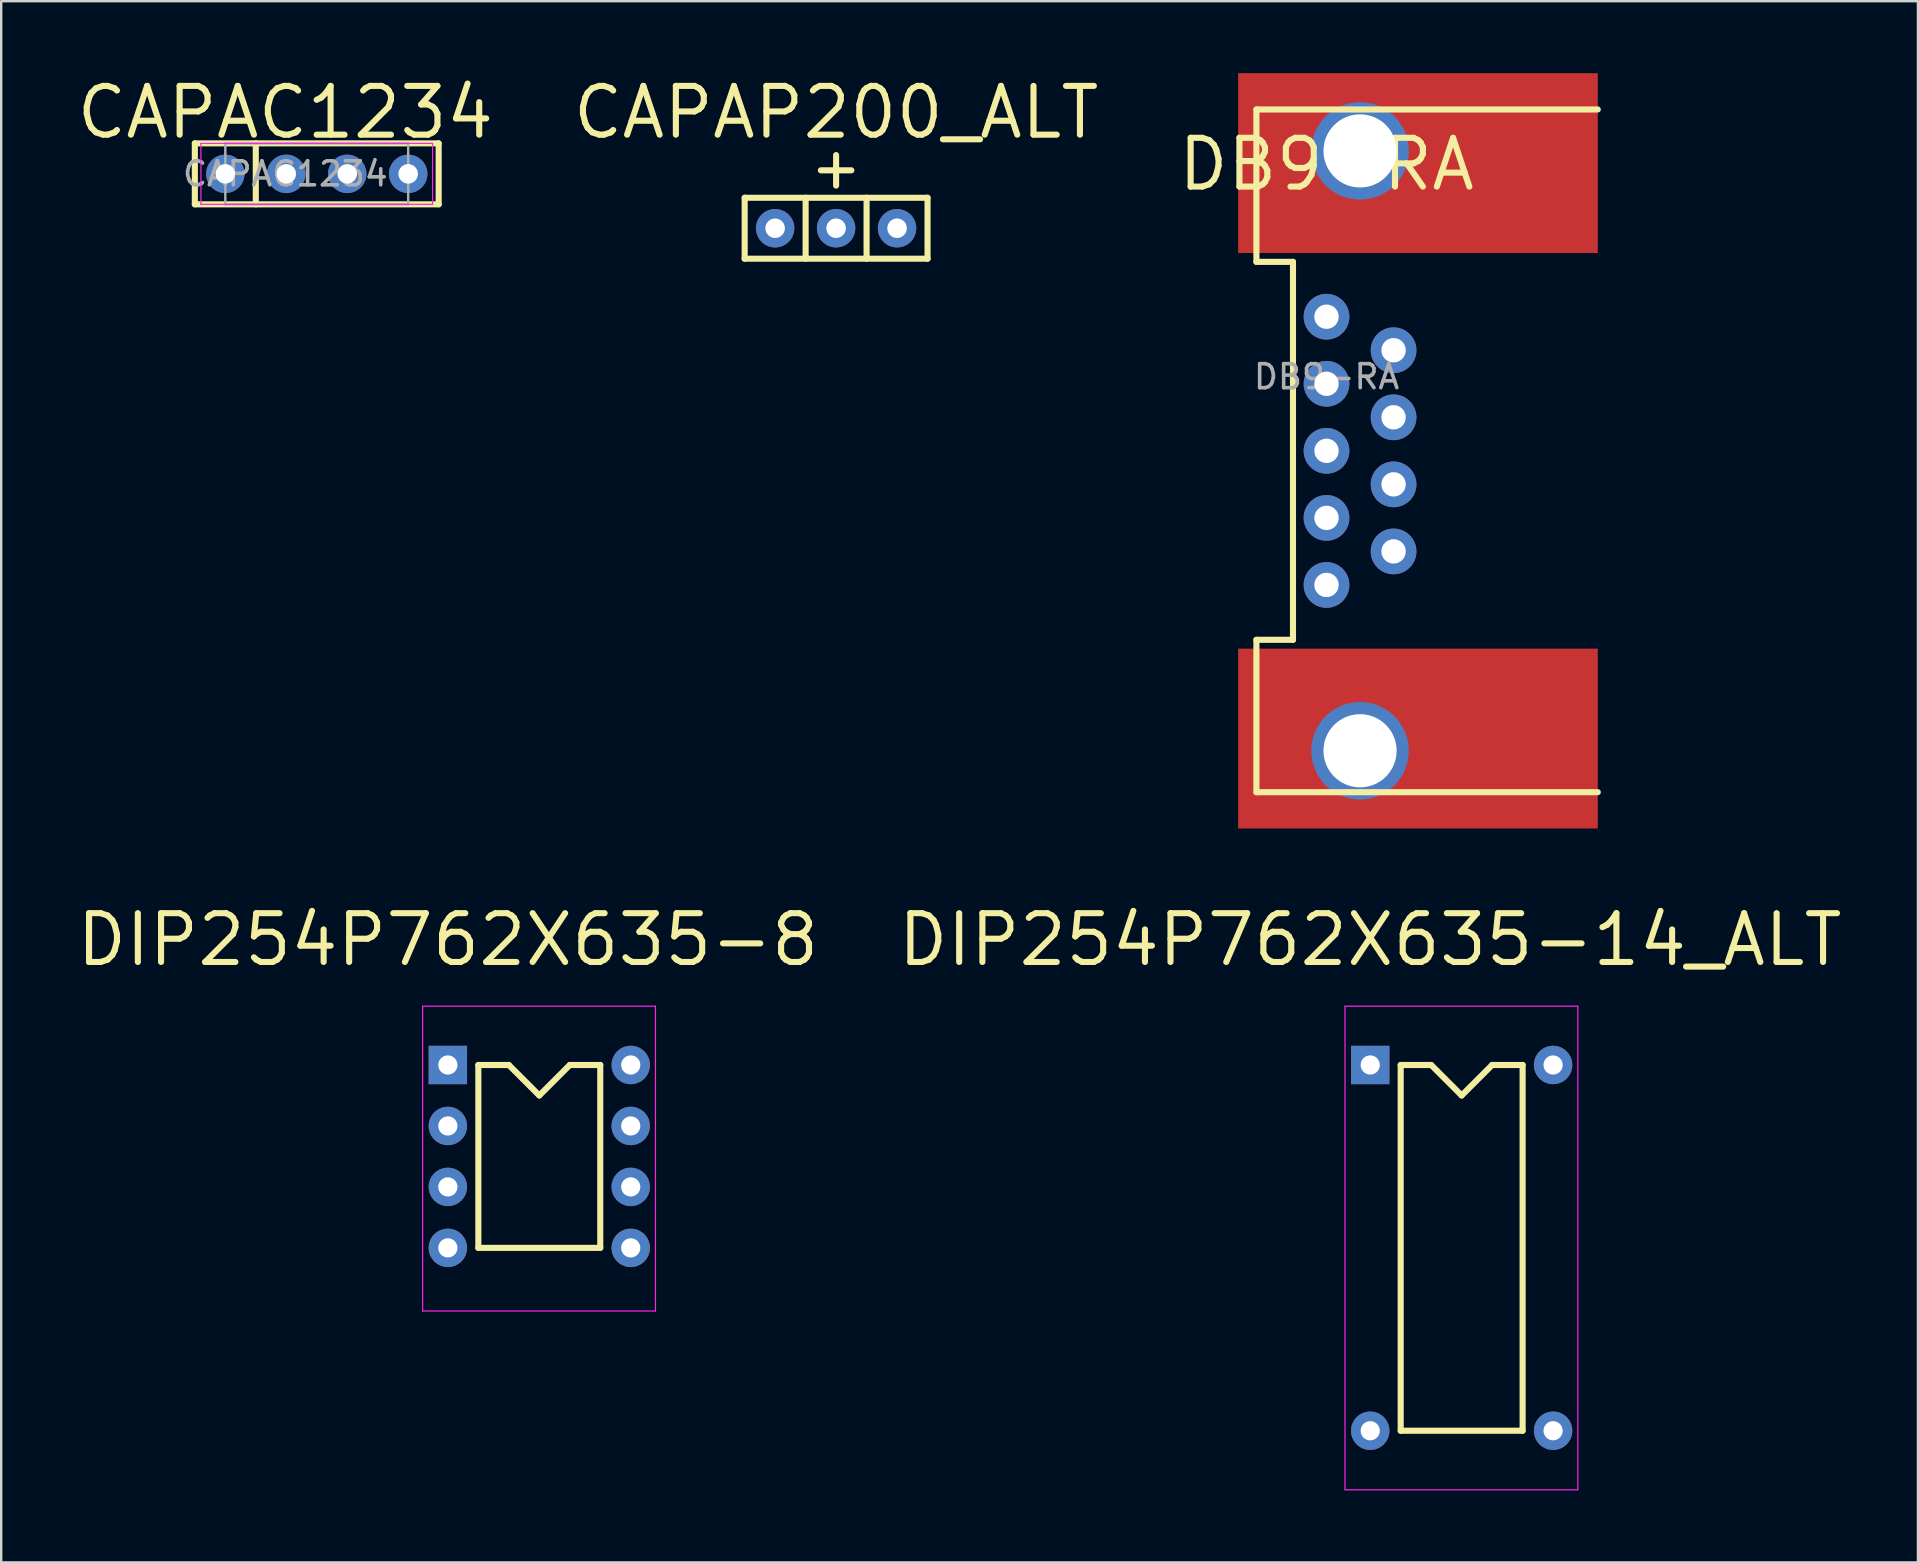
<source format=kicad_pcb>
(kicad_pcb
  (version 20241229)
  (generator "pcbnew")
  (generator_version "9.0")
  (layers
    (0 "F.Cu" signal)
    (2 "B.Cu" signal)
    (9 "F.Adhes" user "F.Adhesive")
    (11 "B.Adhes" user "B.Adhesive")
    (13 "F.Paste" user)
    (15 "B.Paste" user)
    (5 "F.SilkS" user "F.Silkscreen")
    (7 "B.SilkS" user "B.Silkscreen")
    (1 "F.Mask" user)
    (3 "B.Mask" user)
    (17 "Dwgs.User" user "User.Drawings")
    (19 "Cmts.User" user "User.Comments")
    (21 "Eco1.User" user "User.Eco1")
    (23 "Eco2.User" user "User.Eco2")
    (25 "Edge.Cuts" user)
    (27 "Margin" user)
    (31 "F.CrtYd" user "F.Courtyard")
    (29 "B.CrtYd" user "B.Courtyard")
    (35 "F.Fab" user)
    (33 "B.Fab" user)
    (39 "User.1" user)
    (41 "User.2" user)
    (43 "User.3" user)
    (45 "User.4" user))
  (footprint "CAPAP200_ALT"
    (layer "F.Cu")
    (at 31.788 6.46)
    (property "Reference" "CAPAP200_ALT" (at 0 -4.826 0) (unlocked yes) (layer "F.SilkS") (effects (font (size 2.032 2.032) (thickness 0.254))))
    (attr through_hole)
    (fp_line (start -3.81 -1.27) (end 3.81 -1.27) (stroke (width 0.254) (type default)) (layer "F.SilkS"))
    (fp_line (start -3.81 1.27) (end -3.81 -1.27) (stroke (width 0.254) (type default)) (layer "F.SilkS"))
    (fp_line (start -1.27 1.27) (end -1.27 -1.27) (stroke (width 0.254) (type default)) (layer "F.SilkS"))
    (fp_line (start -0.635 -2.413) (end 0.635 -2.413) (stroke (width 0.254) (type solid)) (layer "F.SilkS"))
    (fp_line (start 0 -3.048) (end 0 -1.778) (stroke (width 0.254) (type solid)) (layer "F.SilkS"))
    (fp_line (start 1.27 1.27) (end 1.27 -1.27) (stroke (width 0.254) (type default)) (layer "F.SilkS"))
    (fp_line (start 3.81 -1.27) (end 3.81 1.27) (stroke (width 0.254) (type default)) (layer "F.SilkS"))
    (fp_line (start 3.81 1.27) (end -3.81 1.27) (stroke (width 0.254) (type default)) (layer "F.SilkS"))
    (pad "1" thru_hole circle (at 0 0) (size 1.6 1.6) (drill 0.813) (layers "*.Cu" "*.Mask"))
    (pad "2" thru_hole circle (at -2.54 0) (size 1.6 1.6) (drill 0.813) (layers "*.Cu" "*.Mask"))
    (pad "2" thru_hole circle (at 2.54 0) (size 1.6 1.6) (drill 0.813) (layers "*.Cu" "*.Mask")))
  (footprint "DB9-RA"
    (layer "F.Cu")
    (at 53.619 15.735)
    (property "Reference" "DB9-RA" (at -1.397 -11.938 0) (unlocked yes) (layer "F.SilkS") (effects (font (size 2.032 2.032) (thickness 0.254))))
    (attr through_hole)
    (fp_line (start -4.318 -7.874) (end -4.318 -14.224) (stroke (width 0.254) (type default)) (layer "F.SilkS"))
    (fp_line (start -4.318 7.874) (end -4.318 14.224) (stroke (width 0.254) (type default)) (layer "F.SilkS"))
    (fp_line (start -4.318 14.224) (end 9.906 14.224) (stroke (width 0.254) (type default)) (layer "F.SilkS"))
    (fp_line (start -2.794 -7.874) (end -4.318 -7.874) (stroke (width 0.254) (type default)) (layer "F.SilkS"))
    (fp_line (start -2.794 -7.874) (end -2.794 7.874) (stroke (width 0.254) (type default)) (layer "F.SilkS"))
    (fp_line (start -2.794 7.874) (end -4.318 7.874) (stroke (width 0.254) (type default)) (layer "F.SilkS"))
    (fp_line (start 9.906 -14.224) (end -4.318 -14.224) (stroke (width 0.254) (type default)) (layer "F.SilkS"))
    (fp_text user "${REFERENCE}" (at -1.397 -3.088 0) (unlocked yes) (layer "F.Fab") (effects (font (size 1 1) (thickness 0.15))))
    (pad "0" thru_hole circle (at 0 -12.497) (size 4.064 4.064) (drill 3.048) (layers "*.Cu" "*.Mask"))
    (pad "0" smd rect (at 0 -12.497) (size 14.986 7.493) (drill (offset 2.413 0.508)) (layers "F.Cu" "F.Mask" "F.Paste"))
    (pad "0" thru_hole circle (at 0 12.497) (size 4.064 4.064) (drill 3.048) (layers "*.Cu" "*.Mask"))
    (pad "0" smd rect (at 0 12.497) (size 14.986 7.493) (drill (offset 2.413 -0.508)) (layers "F.Cu" "F.Mask" "F.Paste"))
    (pad "1" thru_hole circle (at -1.397 -5.588) (size 1.905 1.905) (drill 1.016) (layers "*.Cu" "*.Mask"))
    (pad "2" thru_hole circle (at -1.397 -2.794) (size 1.905 1.905) (drill 1.016) (layers "*.Cu" "*.Mask"))
    (pad "3" thru_hole circle (at -1.397 0) (size 1.905 1.905) (drill 1.016) (layers "*.Cu" "*.Mask"))
    (pad "4" thru_hole circle (at -1.397 2.794) (size 1.905 1.905) (drill 1.016) (layers "*.Cu" "*.Mask"))
    (pad "5" thru_hole circle (at -1.397 5.588) (size 1.905 1.905) (drill 1.016) (layers "*.Cu" "*.Mask"))
    (pad "6" thru_hole circle (at 1.397 -4.191) (size 1.905 1.905) (drill 1.016) (layers "*.Cu" "*.Mask"))
    (pad "7" thru_hole circle (at 1.397 -1.397) (size 1.905 1.905) (drill 1.016) (layers "*.Cu" "*.Mask"))
    (pad "8" thru_hole circle (at 1.397 1.397) (size 1.905 1.905) (drill 1.016) (layers "*.Cu" "*.Mask"))
    (pad "9" thru_hole circle (at 1.397 4.191) (size 1.905 1.905) (drill 1.016) (layers "*.Cu" "*.Mask")))
  (footprint "DIP254P762X635-8"
    (layer "F.Cu")
    (at 15.611 41.325)
    (property "Reference" "DIP254P762X635-8" (at 0 -5.22 0) (unlocked yes) (layer "F.SilkS") (effects (font (size 2.032 2.032) (thickness 0.254))))
    (attr through_hole)
    (fp_line (start 1.27 0) (end 1.27 7.62) (stroke (width 0.254) (type solid)) (layer "F.SilkS"))
    (fp_line (start 1.27 0) (end 2.54 0) (stroke (width 0.254) (type default)) (layer "F.SilkS"))
    (fp_line (start 1.27 7.62) (end 6.35 7.62) (stroke (width 0.254) (type default)) (layer "F.SilkS"))
    (fp_line (start 2.54 0) (end 3.81 1.27) (stroke (width 0.254) (type default)) (layer "F.SilkS"))
    (fp_line (start 3.81 1.27) (end 5.08 0) (stroke (width 0.254) (type default)) (layer "F.SilkS"))
    (fp_line (start 5.08 0) (end 6.35 0) (stroke (width 0.254) (type default)) (layer "F.SilkS"))
    (fp_line (start 6.35 0) (end 6.35 7.62) (stroke (width 0.254) (type default)) (layer "F.SilkS"))
    (fp_line (start -1.05 -2.45) (end -1.05 10.25) (stroke (width 0.05) (type solid)) (layer "F.CrtYd"))
    (fp_line (start -1.05 -2.45) (end 8.65 -2.45) (stroke (width 0.05) (type solid)) (layer "F.CrtYd"))
    (fp_line (start -1.05 10.25) (end 8.65 10.25) (stroke (width 0.05) (type solid)) (layer "F.CrtYd"))
    (fp_line (start 8.65 -2.45) (end 8.65 10.25) (stroke (width 0.05) (type solid)) (layer "F.CrtYd"))
    (pad "1" thru_hole rect (at 0 0) (size 1.6 1.6) (drill 0.8) (layers "*.Cu" "*.Mask"))
    (pad "2" thru_hole oval (at 0 2.54) (size 1.6 1.6) (drill 0.8) (layers "*.Cu" "*.Mask"))
    (pad "3" thru_hole oval (at 0 5.08) (size 1.6 1.6) (drill 0.8) (layers "*.Cu" "*.Mask"))
    (pad "4" thru_hole oval (at 0 7.62) (size 1.6 1.6) (drill 0.8) (layers "*.Cu" "*.Mask"))
    (pad "5" thru_hole oval (at 7.62 7.62) (size 1.6 1.6) (drill 0.8) (layers "*.Cu" "*.Mask"))
    (pad "6" thru_hole oval (at 7.62 5.08) (size 1.6 1.6) (drill 0.8) (layers "*.Cu" "*.Mask"))
    (pad "7" thru_hole oval (at 7.62 2.54) (size 1.6 1.6) (drill 0.8) (layers "*.Cu" "*.Mask"))
    (pad "8" thru_hole oval (at 7.62 0) (size 1.6 1.6) (drill 0.8) (layers "*.Cu" "*.Mask")))
  (footprint "CAPAC1234"
    (layer "F.Cu")
    (at 6.338 4.194)
    (property "Reference" "CAPAC1234" (at 2.5 -2.56 0) (unlocked yes) (layer "F.SilkS") (effects (font (size 2.032 2.032) (thickness 0.254))))
    (attr through_hole)
    (fp_line (start -1.27 -1.27) (end -1.27 1.27) (stroke (width 0.254) (type solid)) (layer "F.SilkS"))
    (fp_line (start -1.27 -1.27) (end 8.89 -1.27) (stroke (width 0.254) (type solid)) (layer "F.SilkS"))
    (fp_line (start -1.27 1.27) (end 8.89 1.27) (stroke (width 0.254) (type solid)) (layer "F.SilkS"))
    (fp_line (start 1.27 -1.27) (end 1.27 1.27) (stroke (width 0.254) (type solid)) (layer "F.SilkS"))
    (fp_line (start 8.89 -1.27) (end 8.89 1.27) (stroke (width 0.254) (type solid)) (layer "F.SilkS"))
    (fp_line (start -1.016 -1.27) (end -1.016 1.27) (stroke (width 0.05) (type solid)) (layer "F.CrtYd"))
    (fp_line (start -1.016 1.27) (end 8.636 1.27) (stroke (width 0.05) (type solid)) (layer "F.CrtYd"))
    (fp_line (start 8.636 -1.27) (end -1.016 -1.27) (stroke (width 0.05) (type solid)) (layer "F.CrtYd"))
    (fp_line (start 8.636 1.27) (end 8.636 -1.27) (stroke (width 0.05) (type solid)) (layer "F.CrtYd"))
    (fp_line (start 0 -1.27) (end 0 1.27) (stroke (width 0.1) (type solid)) (layer "F.Fab"))
    (fp_line (start 0 1.27) (end 7.62 1.27) (stroke (width 0.1) (type solid)) (layer "F.Fab"))
    (fp_line (start 7.62 -1.27) (end 0 -1.27) (stroke (width 0.1) (type solid)) (layer "F.Fab"))
    (fp_line (start 7.62 1.27) (end 7.62 -1.27) (stroke (width 0.1) (type solid)) (layer "F.Fab"))
    (fp_text user "${REFERENCE}" (at 2.5 0 0) (layer "F.Fab") (effects (font (size 1 1) (thickness 0.15))))
    (pad "1" thru_hole circle (at 0 0) (size 1.6 1.6) (drill 0.813) (layers "*.Cu" "*.Mask"))
    (pad "2" thru_hole circle (at 2.54 0) (size 1.6 1.6) (drill 0.813) (layers "*.Cu" "*.Mask"))
    (pad "2" thru_hole circle (at 5.08 0) (size 1.6 1.6) (drill 0.813) (layers "*.Cu" "*.Mask"))
    (pad "2" thru_hole circle (at 7.62 0) (size 1.6 1.6) (drill 0.813) (layers "*.Cu" "*.Mask")))
  (footprint "DIP254P762X635-14_ALT"
    (layer "F.Cu")
    (at 54.043 41.325)
    (property "Reference" "DIP254P762X635-14_ALT" (at 0 -5.22 0) (unlocked yes) (layer "F.SilkS") (effects (font (size 2.032 2.032) (thickness 0.254))))
    (attr through_hole)
    (fp_line (start 1.27 0) (end 1.27 15.24) (stroke (width 0.254) (type solid)) (layer "F.SilkS"))
    (fp_line (start 1.27 0) (end 2.54 0) (stroke (width 0.254) (type default)) (layer "F.SilkS"))
    (fp_line (start 1.27 15.24) (end 6.35 15.24) (stroke (width 0.254) (type default)) (layer "F.SilkS"))
    (fp_line (start 2.54 0) (end 3.81 1.27) (stroke (width 0.254) (type default)) (layer "F.SilkS"))
    (fp_line (start 3.81 1.27) (end 5.08 0) (stroke (width 0.254) (type default)) (layer "F.SilkS"))
    (fp_line (start 5.08 0) (end 6.35 0) (stroke (width 0.254) (type default)) (layer "F.SilkS"))
    (fp_line (start 6.35 0) (end 6.35 15.24) (stroke (width 0.254) (type default)) (layer "F.SilkS"))
    (fp_line (start -1.05 -2.45) (end -1.05 17.7) (stroke (width 0.05) (type solid)) (layer "F.CrtYd"))
    (fp_line (start -1.05 -2.45) (end 8.65 -2.45) (stroke (width 0.05) (type solid)) (layer "F.CrtYd"))
    (fp_line (start -1.05 17.7) (end 8.65 17.7) (stroke (width 0.05) (type solid)) (layer "F.CrtYd"))
    (fp_line (start 8.65 -2.45) (end 8.65 17.7) (stroke (width 0.05) (type solid)) (layer "F.CrtYd"))
    (pad "1" thru_hole rect (at 0 0) (size 1.6 1.6) (drill 0.8) (layers "*.Cu" "*.Mask"))
    (pad "7" thru_hole oval (at 0 15.24) (size 1.6 1.6) (drill 0.8) (layers "*.Cu" "*.Mask"))
    (pad "8" thru_hole oval (at 7.62 15.24) (size 1.6 1.6) (drill 0.8) (layers "*.Cu" "*.Mask"))
    (pad "14" thru_hole oval (at 7.62 0) (size 1.6 1.6) (drill 0.8) (layers "*.Cu" "*.Mask")))
  (gr_rect
    (start -3 -3)
    (end 76.864 62.05)
    (stroke (width 0.1) (type default))
    (fill no)
    (layer "Edge.Cuts")))
</source>
